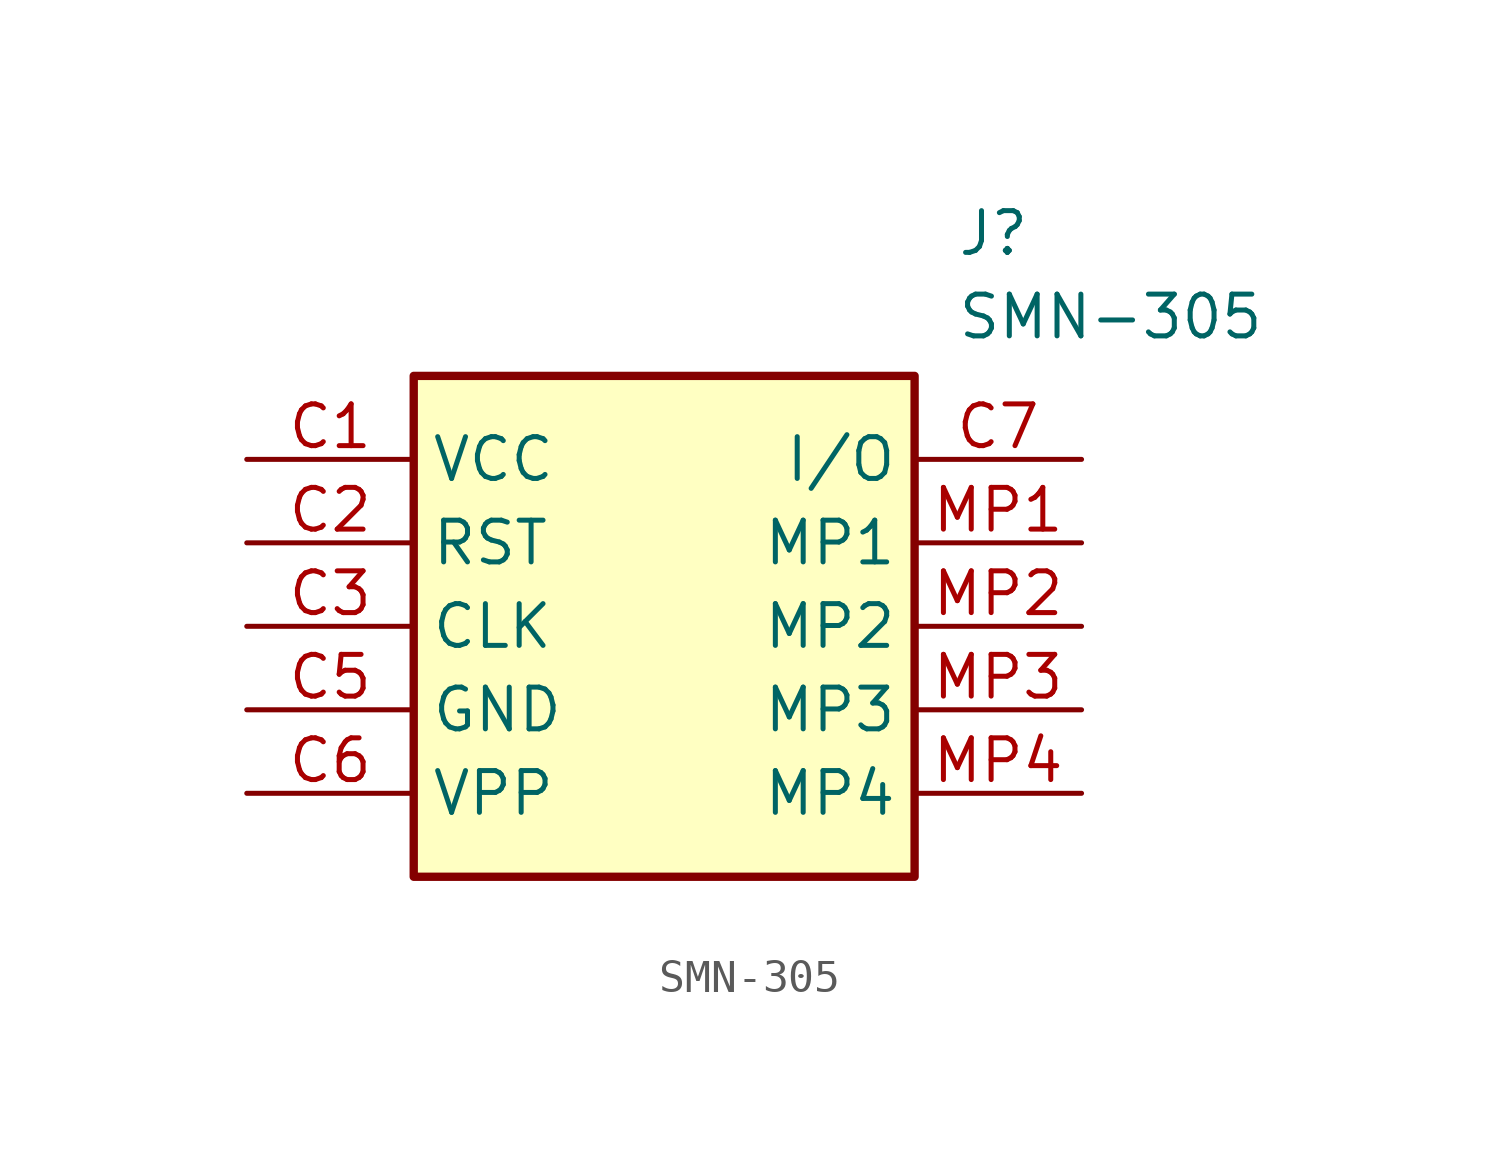
<source format=kicad_sym>
(kicad_symbol_lib
  (version 20211014)
  (generator SamacSys_ECAD_Model)
  (symbol "SMN-305"
    (property "Reference" "J"
      (at 21.59 7.62 0)
      (effects (font (size 1.27 1.27)) (justify left top)))
    (property "Value" "SMN-305"
      (at 21.59 5.08 0)
      (effects (font (size 1.27 1.27)) (justify left top)))
    (rectangle
      (start 5.08 2.54)
      (end 20.32 -12.7)
      (stroke (width 0.254) (type default))
      (fill (type background)))
    (pin passive line
      (at 0 0 0)
      (length 5.08)
      (name "VCC" (effects (font (size 1.27 1.27))))
      (number "C1" (effects (font (size 1.27 1.27)))))
    (pin passive line
      (at 0 -2.54 0)
      (length 5.08)
      (name "RST" (effects (font (size 1.27 1.27))))
      (number "C2" (effects (font (size 1.27 1.27)))))
    (pin passive line
      (at 0 -5.08 0)
      (length 5.08)
      (name "CLK" (effects (font (size 1.27 1.27))))
      (number "C3" (effects (font (size 1.27 1.27)))))
    (pin passive line
      (at 0 -7.62 0)
      (length 5.08)
      (name "GND" (effects (font (size 1.27 1.27))))
      (number "C5" (effects (font (size 1.27 1.27)))))
    (pin passive line
      (at 0 -10.16 0)
      (length 5.08)
      (name "VPP" (effects (font (size 1.27 1.27))))
      (number "C6" (effects (font (size 1.27 1.27)))))
    (pin passive line
      (at 25.4 0 180)
      (length 5.08)
      (name "I/O" (effects (font (size 1.27 1.27))))
      (number "C7" (effects (font (size 1.27 1.27)))))
    (pin passive line
      (at 25.4 -2.54 180)
      (length 5.08)
      (name "MP1" (effects (font (size 1.27 1.27))))
      (number "MP1" (effects (font (size 1.27 1.27)))))
    (pin passive line
      (at 25.4 -5.08 180)
      (length 5.08)
      (name "MP2" (effects (font (size 1.27 1.27))))
      (number "MP2" (effects (font (size 1.27 1.27)))))
    (pin passive line
      (at 25.4 -7.62 180)
      (length 5.08)
      (name "MP3" (effects (font (size 1.27 1.27))))
      (number "MP3" (effects (font (size 1.27 1.27)))))
    (pin passive line
      (at 25.4 -10.16 180)
      (length 5.08)
      (name "MP4" (effects (font (size 1.27 1.27))))
      (number "MP4" (effects (font (size 1.27 1.27)))))))
</source>
